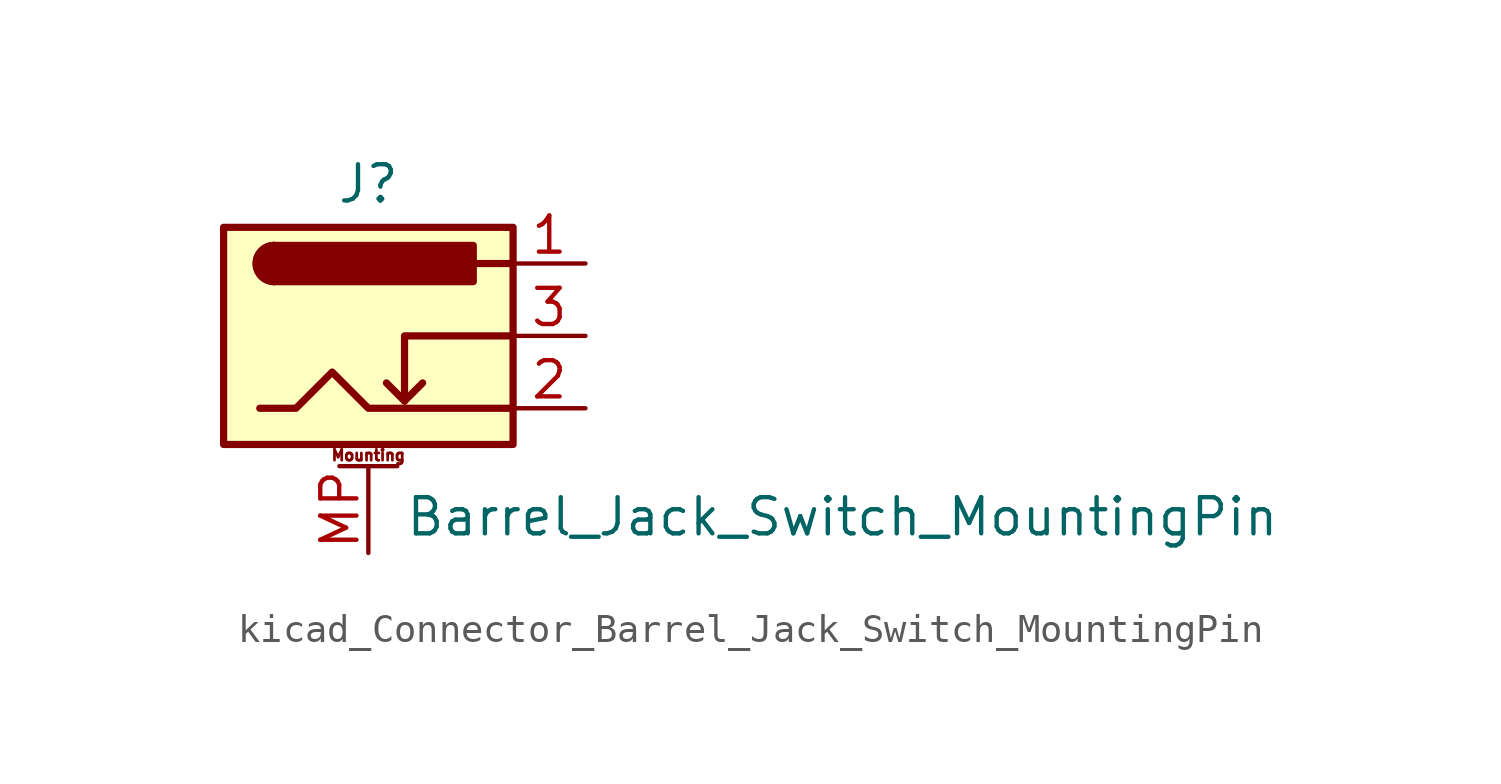
<source format=kicad_sym>
(kicad_symbol_lib
  (version 20220914)
  (generator kicad_symbol_editor)
  (symbol "kicad_Connector_Barrel_Jack_Switch_MountingPin"
    (pin_names hide)
    (property "Reference" "J"
      (at 0 5.334 0)
      (effects (font (size 1.27 1.27))))
    (property "Value" "Barrel_Jack_Switch_MountingPin"
      (at 1.27 -6.35 0)
      (effects (font (size 1.27 1.27)) (justify left)))
    (symbol "kicad_Connector_Barrel_Jack_Switch_MountingPin_0_1"
      (rectangle (start -5.08 3.81) (end 5.08 -3.81) (stroke (width 0.254) (type default)) (fill (type background)))
      (arc (start -3.302 3.175) (mid -3.9343 2.54) (end -3.302 1.905) (stroke (width 0.254) (type default)) (fill (type none)))
      (arc (start -3.302 3.175) (mid -3.9343 2.54) (end -3.302 1.905) (stroke (width 0.254) (type default)) (fill (type outline)))
      (polyline (pts (xy 1.27 -2.286) (xy 1.905 -1.651)) (stroke (width 0.254) (type default)) (fill (type none)))
      (polyline (pts (xy 5.08 2.54) (xy 3.81 2.54)) (stroke (width 0.254) (type default)) (fill (type none)))
      (polyline (pts (xy 5.08 0) (xy 1.27 0) (xy 1.27 -2.286) (xy 0.635 -1.651)) (stroke (width 0.254) (type default)) (fill (type none)))
      (polyline (pts (xy -3.81 -2.54) (xy -2.54 -2.54) (xy -1.27 -1.27) (xy 0 -2.54) (xy 2.54 -2.54) (xy 5.08 -2.54)) (stroke (width 0.254) (type default)) (fill (type none)))
      (rectangle (start 3.683 3.175) (end -3.302 1.905) (stroke (width 0.254) (type default)) (fill (type outline))))
    (symbol "kicad_Connector_Barrel_Jack_Switch_MountingPin_1_1"
      (polyline (pts (xy -1.016 -4.572) (xy 1.016 -4.572)) (stroke (width 0.152) (type default)) (fill (type none)))
      (text "Mounting" (at 0 -4.191 0) (effects (font (size 0.381 0.381))))
      (pin passive line (at 7.62 2.54 180) (length 2.54) (name "~" (effects (font (size 1.27 1.27)))) (number "1" (effects (font (size 1.27 1.27)))))
      (pin passive line (at 7.62 -2.54 180) (length 2.54) (name "~" (effects (font (size 1.27 1.27)))) (number "2" (effects (font (size 1.27 1.27)))))
      (pin passive line (at 7.62 0 180) (length 2.54) (name "~" (effects (font (size 1.27 1.27)))) (number "3" (effects (font (size 1.27 1.27)))))
      (pin passive line (at 0 -7.62 90) (length 3.048) (name "MountPin" (effects (font (size 1.27 1.27)))) (number "MP" (effects (font (size 1.27 1.27))))))))
</source>
